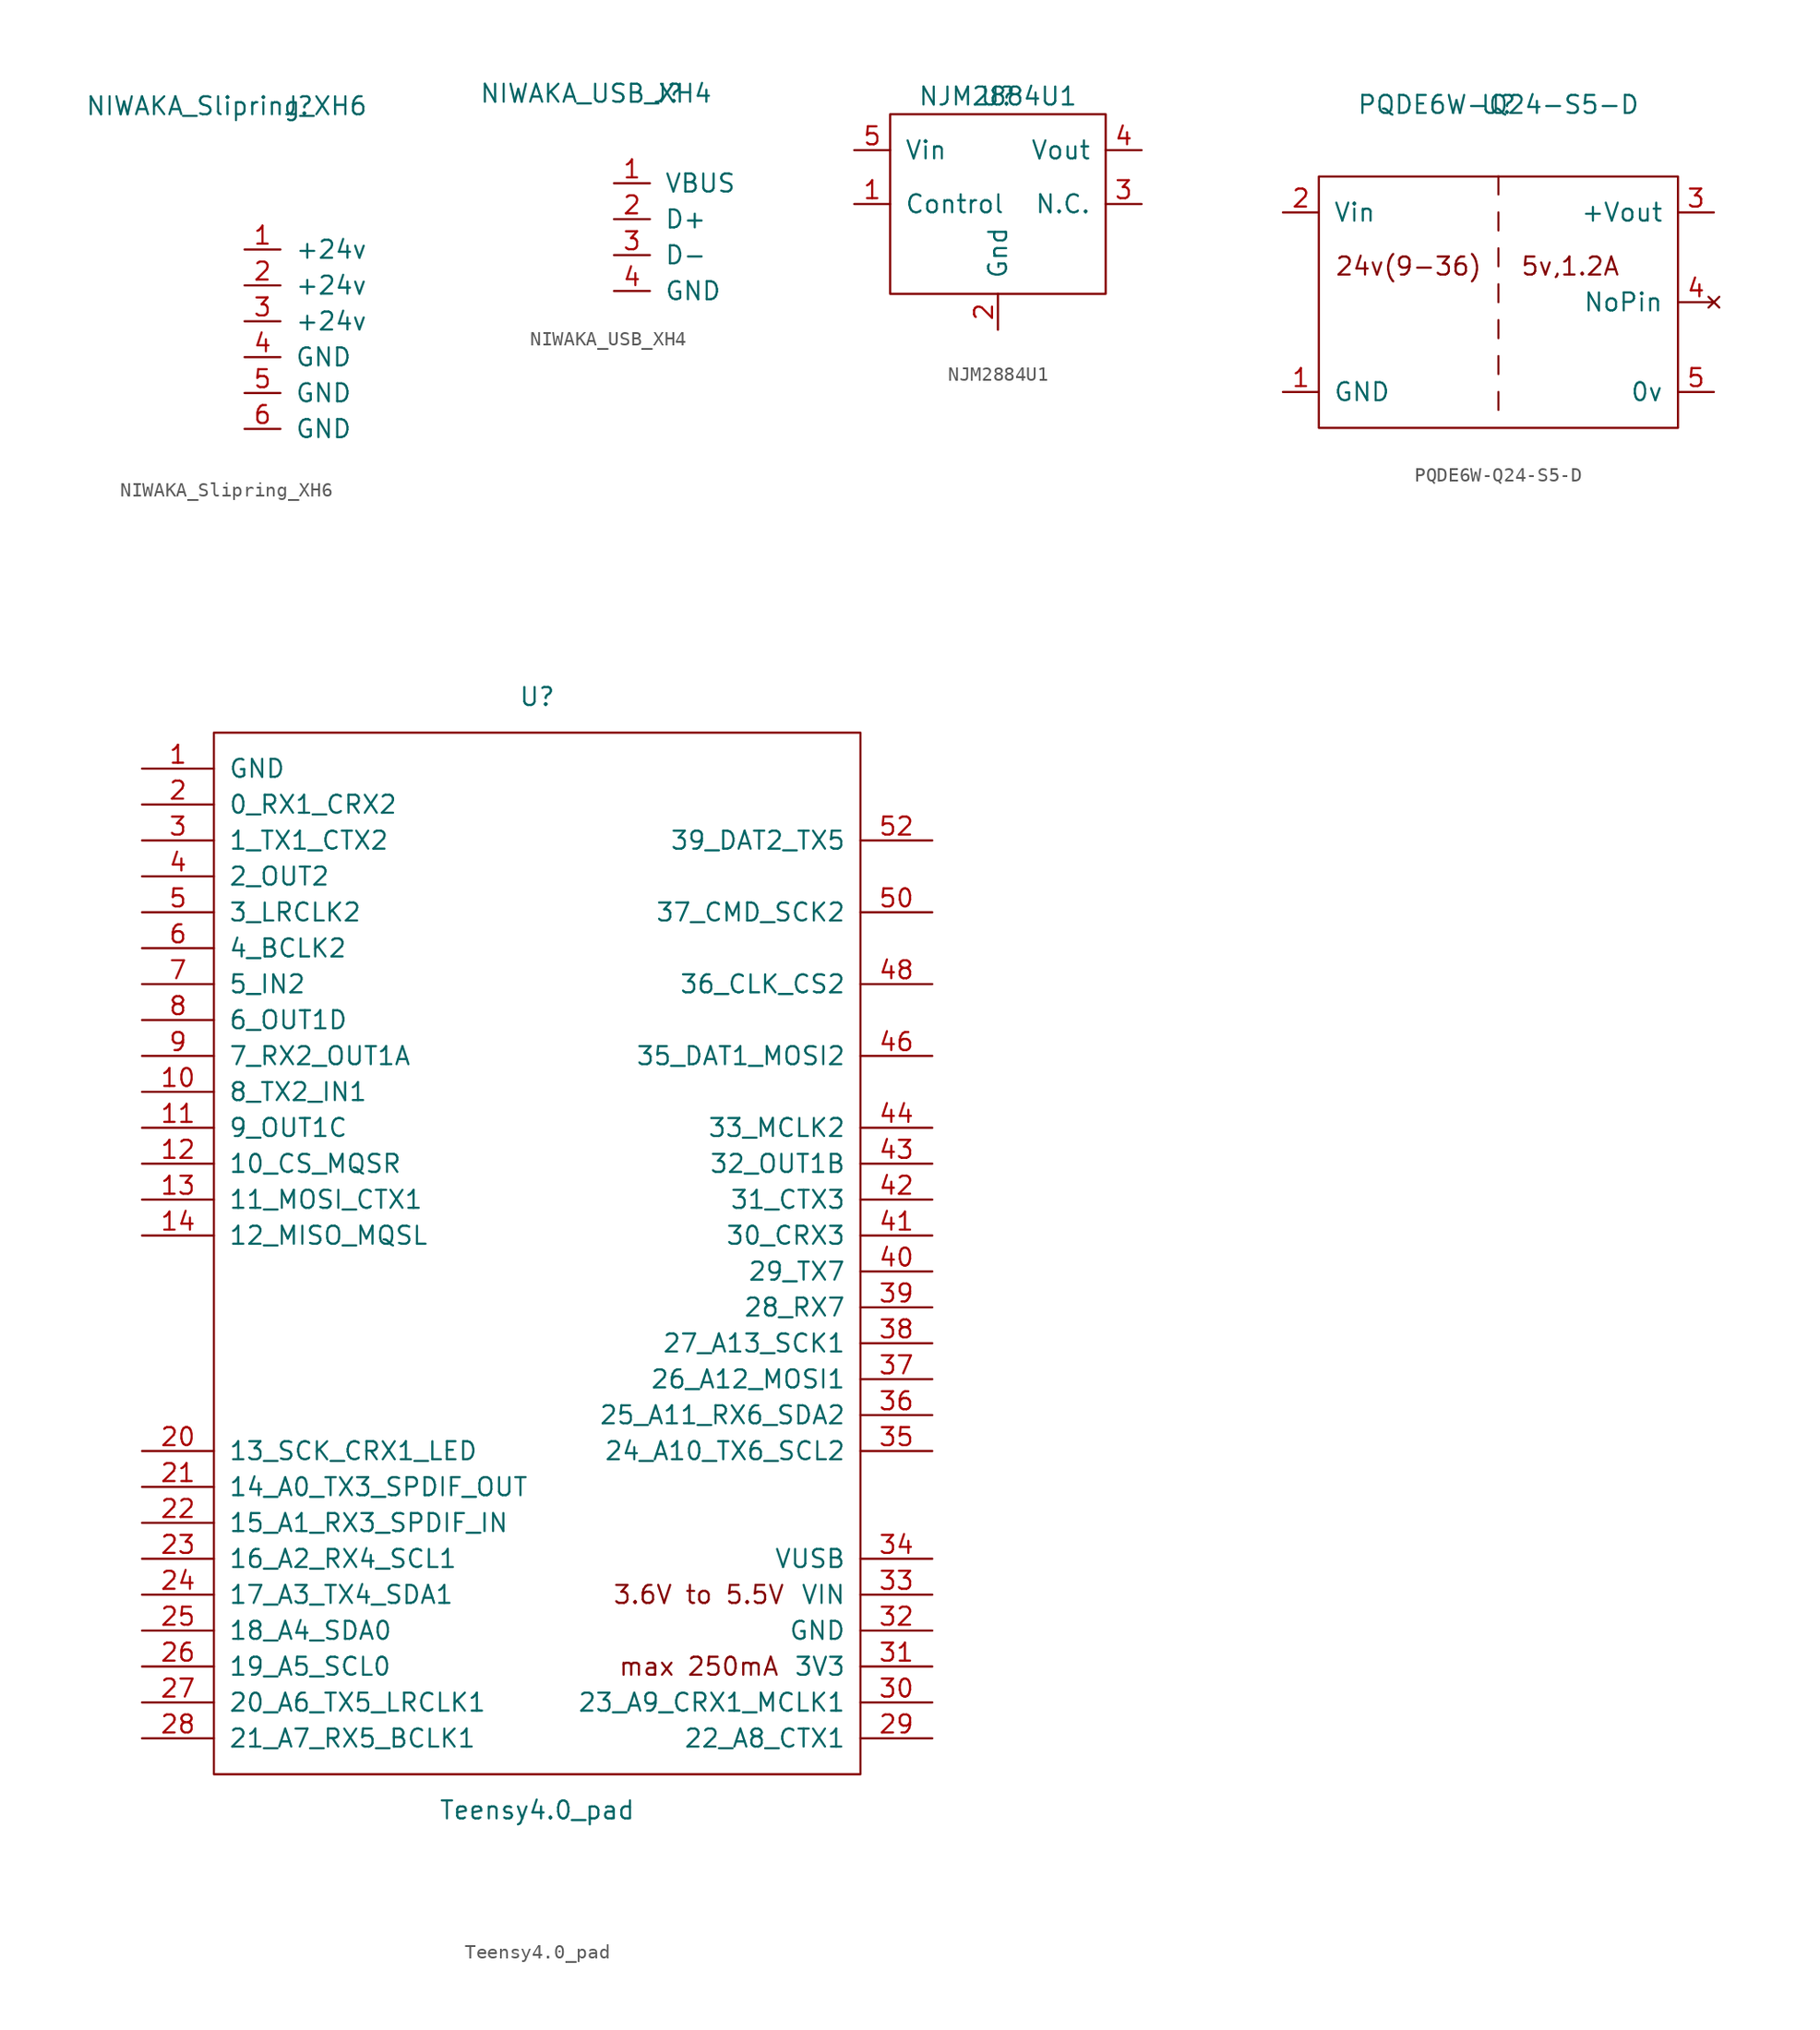
<source format=kicad_sym>
(kicad_symbol_lib
  (version 20220914)
  (generator kicad_symbol_editor)
  (symbol "NIWAKA_Slipring_XH6"
    (pin_names
      (offset 1.016))
    (property "Reference" "J"
      (at 1.27 3.81 0)
      (effects (font (size 1.27 1.27))))
    (property "Value" "NIWAKA_Slipring_XH6"
      (at -3.81 3.81 0)
      (effects (font (size 1.27 1.27))))
    (symbol "NIWAKA_Slipring_XH6_1_1"
      (pin input line (at -2.54 -6.35 0) (length 2.54) (name "+24v" (effects (font (size 1.27 1.27)))) (number "1" (effects (font (size 1.27 1.27)))))
      (pin input line (at -2.54 -8.89 0) (length 2.54) (name "+24v" (effects (font (size 1.27 1.27)))) (number "2" (effects (font (size 1.27 1.27)))))
      (pin input line (at -2.54 -11.43 0) (length 2.54) (name "+24v" (effects (font (size 1.27 1.27)))) (number "3" (effects (font (size 1.27 1.27)))))
      (pin input line (at -2.54 -13.97 0) (length 2.54) (name "GND" (effects (font (size 1.27 1.27)))) (number "4" (effects (font (size 1.27 1.27)))))
      (pin input line (at -2.54 -16.51 0) (length 2.54) (name "GND" (effects (font (size 1.27 1.27)))) (number "5" (effects (font (size 1.27 1.27)))))
      (pin input line (at -2.54 -19.05 0) (length 2.54) (name "GND" (effects (font (size 1.27 1.27)))) (number "6" (effects (font (size 1.27 1.27)))))))
  (symbol "NIWAKA_USB_XH4"
    (pin_names
      (offset 1.016))
    (property "Reference" "J"
      (at 1.27 3.81 0)
      (effects (font (size 1.27 1.27))))
    (property "Value" "NIWAKA_USB_XH4"
      (at -3.81 3.81 0)
      (effects (font (size 1.27 1.27))))
    (symbol "NIWAKA_USB_XH4_1_1"
      (pin input line (at -2.54 -2.54 0) (length 2.54) (name "VBUS" (effects (font (size 1.27 1.27)))) (number "1" (effects (font (size 1.27 1.27)))))
      (pin input line (at -2.54 -5.08 0) (length 2.54) (name "D+" (effects (font (size 1.27 1.27)))) (number "2" (effects (font (size 1.27 1.27)))))
      (pin input line (at -2.54 -7.62 0) (length 2.54) (name "D-" (effects (font (size 1.27 1.27)))) (number "3" (effects (font (size 1.27 1.27)))))
      (pin input line (at -2.54 -10.16 0) (length 2.54) (name "GND" (effects (font (size 1.27 1.27)))) (number "4" (effects (font (size 1.27 1.27)))))))
  (symbol "NJM2884U1"
    (pin_names
      (offset 1.016))
    (property "Reference" "U"
      (at 0 0 0)
      (effects (font (size 1.27 1.27))))
    (property "Value" "NJM2884U1"
      (at 0 0 0)
      (effects (font (size 1.27 1.27))))
    (symbol "NJM2884U1_0_1"
      (rectangle (start -7.62 -1.27) (end 7.62 -13.97) (stroke (width 0) (type solid)) (fill (type none))))
    (symbol "NJM2884U1_1_1"
      (pin input line (at -10.16 -7.62 0) (length 2.54) (name "Control" (effects (font (size 1.27 1.27)))) (number "1" (effects (font (size 1.27 1.27)))))
      (pin input line (at 0 -16.51 90) (length 2.54) (name "Gnd" (effects (font (size 1.27 1.27)))) (number "2" (effects (font (size 1.27 1.27)))))
      (pin input line (at 10.16 -7.62 180) (length 2.54) (name "N.C." (effects (font (size 1.27 1.27)))) (number "3" (effects (font (size 1.27 1.27)))))
      (pin input line (at 10.16 -3.81 180) (length 2.54) (name "Vout" (effects (font (size 1.27 1.27)))) (number "4" (effects (font (size 1.27 1.27)))))
      (pin input line (at -10.16 -3.81 0) (length 2.54) (name "Vin" (effects (font (size 1.27 1.27)))) (number "5" (effects (font (size 1.27 1.27)))))))
  (symbol "PQDE6W-Q24-S5-D"
    (pin_names
      (offset 1.016))
    (property "Reference" "U"
      (at 0 0 0)
      (effects (font (size 1.27 1.27))))
    (property "Value" "PQDE6W-Q24-S5-D"
      (at 0 0 0)
      (effects (font (size 1.27 1.27))))
    (symbol "PQDE6W-Q24-S5-D_0_0"
      (rectangle (start 0 -20.32) (end 0 -21.59) (stroke (width 0) (type solid)) (fill (type none)))
      (rectangle (start 0 -17.78) (end 0 -19.05) (stroke (width 0) (type solid)) (fill (type none)))
      (rectangle (start 0 -15.24) (end 0 -16.51) (stroke (width 0) (type solid)) (fill (type none)))
      (rectangle (start 0 -12.7) (end 0 -13.97) (stroke (width 0) (type solid)) (fill (type none)))
      (rectangle (start 0 -10.16) (end 0 -11.43) (stroke (width 0) (type solid)) (fill (type none)))
      (rectangle (start 0 -7.62) (end 0 -8.89) (stroke (width 0) (type solid)) (fill (type none)))
      (rectangle (start 0 -5.08) (end 0 -6.35) (stroke (width 0) (type solid)) (fill (type none)))
      (text "24v(9-36)" (at -6.35 -11.43 0) (effects (font (size 1.27 1.27))))
      (text "5v,1.2A" (at 5.08 -11.43 0) (effects (font (size 1.27 1.27)))))
    (symbol "PQDE6W-Q24-S5-D_0_1"
      (rectangle (start -12.7 -5.08) (end 12.7 -22.86) (stroke (width 0) (type solid)) (fill (type none))))
    (symbol "PQDE6W-Q24-S5-D_1_1"
      (pin input line (at -15.24 -20.32 0) (length 2.54) (name "GND" (effects (font (size 1.27 1.27)))) (number "1" (effects (font (size 1.27 1.27)))))
      (pin input line (at -15.24 -7.62 0) (length 2.54) (name "Vin" (effects (font (size 1.27 1.27)))) (number "2" (effects (font (size 1.27 1.27)))))
      (pin input line (at 15.24 -7.62 180) (length 2.54) (name "+Vout" (effects (font (size 1.27 1.27)))) (number "3" (effects (font (size 1.27 1.27)))))
      (pin no_connect line (at 15.24 -13.97 180) (length 2.54) (name "NoPin" (effects (font (size 1.27 1.27)))) (number "4" (effects (font (size 1.27 1.27)))))
      (pin input line (at 15.24 -20.32 180) (length 2.54) (name "0v" (effects (font (size 1.27 1.27)))) (number "5" (effects (font (size 1.27 1.27)))))))
  (symbol "Teensy4.0_pad"
    (pin_names
      (offset 1.016))
    (property "Reference" "U"
      (at 0 39.37 0)
      (effects (font (size 1.27 1.27))))
    (property "Value" "Teensy4.0_pad"
      (at 0 -39.37 0)
      (effects (font (size 1.27 1.27))))
    (symbol "Teensy4.0_pad_0_0"
      (text "3.6V to 5.5V" (at 11.43 -24.13 0) (effects (font (size 1.27 1.27))))
      (text "max 250mA" (at 11.43 -29.21 0) (effects (font (size 1.27 1.27))))
      (pin bidirectional line (at -27.94 11.43 0) (length 5.08) (name "8_TX2_IN1" (effects (font (size 1.27 1.27)))) (number "10" (effects (font (size 1.27 1.27)))))
      (pin bidirectional line (at -27.94 8.89 0) (length 5.08) (name "9_OUT1C" (effects (font (size 1.27 1.27)))) (number "11" (effects (font (size 1.27 1.27)))))
      (pin bidirectional line (at -27.94 6.35 0) (length 5.08) (name "10_CS_MQSR" (effects (font (size 1.27 1.27)))) (number "12" (effects (font (size 1.27 1.27)))))
      (pin bidirectional line (at -27.94 3.81 0) (length 5.08) (name "11_MOSI_CTX1" (effects (font (size 1.27 1.27)))) (number "13" (effects (font (size 1.27 1.27)))))
      (pin bidirectional line (at -27.94 1.27 0) (length 5.08) (name "12_MISO_MQSL" (effects (font (size 1.27 1.27)))) (number "14" (effects (font (size 1.27 1.27)))))
      (pin bidirectional line (at -27.94 -13.97 0) (length 5.08) (name "13_SCK_CRX1_LED" (effects (font (size 1.27 1.27)))) (number "20" (effects (font (size 1.27 1.27)))))
      (pin bidirectional line (at -27.94 -16.51 0) (length 5.08) (name "14_A0_TX3_SPDIF_OUT" (effects (font (size 1.27 1.27)))) (number "21" (effects (font (size 1.27 1.27)))))
      (pin bidirectional line (at -27.94 -19.05 0) (length 5.08) (name "15_A1_RX3_SPDIF_IN" (effects (font (size 1.27 1.27)))) (number "22" (effects (font (size 1.27 1.27)))))
      (pin bidirectional line (at -27.94 -21.59 0) (length 5.08) (name "16_A2_RX4_SCL1" (effects (font (size 1.27 1.27)))) (number "23" (effects (font (size 1.27 1.27)))))
      (pin bidirectional line (at -27.94 -24.13 0) (length 5.08) (name "17_A3_TX4_SDA1" (effects (font (size 1.27 1.27)))) (number "24" (effects (font (size 1.27 1.27)))))
      (pin bidirectional line (at -27.94 -26.67 0) (length 5.08) (name "18_A4_SDA0" (effects (font (size 1.27 1.27)))) (number "25" (effects (font (size 1.27 1.27)))))
      (pin bidirectional line (at -27.94 -29.21 0) (length 5.08) (name "19_A5_SCL0" (effects (font (size 1.27 1.27)))) (number "26" (effects (font (size 1.27 1.27)))))
      (pin bidirectional line (at -27.94 -31.75 0) (length 5.08) (name "20_A6_TX5_LRCLK1" (effects (font (size 1.27 1.27)))) (number "27" (effects (font (size 1.27 1.27)))))
      (pin bidirectional line (at -27.94 -34.29 0) (length 5.08) (name "21_A7_RX5_BCLK1" (effects (font (size 1.27 1.27)))) (number "28" (effects (font (size 1.27 1.27)))))
      (pin bidirectional line (at 27.94 -34.29 180) (length 5.08) (name "22_A8_CTX1" (effects (font (size 1.27 1.27)))) (number "29" (effects (font (size 1.27 1.27)))))
      (pin bidirectional line (at 27.94 -31.75 180) (length 5.08) (name "23_A9_CRX1_MCLK1" (effects (font (size 1.27 1.27)))) (number "30" (effects (font (size 1.27 1.27)))))
      (pin power_out line (at 27.94 -29.21 180) (length 5.08) (name "3V3" (effects (font (size 1.27 1.27)))) (number "31" (effects (font (size 1.27 1.27)))))
      (pin power_in line (at 27.94 -26.67 180) (length 5.08) (name "GND" (effects (font (size 1.27 1.27)))) (number "32" (effects (font (size 1.27 1.27)))))
      (pin power_in line (at 27.94 -24.13 180) (length 5.08) (name "VIN" (effects (font (size 1.27 1.27)))) (number "33" (effects (font (size 1.27 1.27)))))
      (pin power_out line (at 27.94 -21.59 180) (length 5.08) (name "VUSB" (effects (font (size 1.27 1.27)))) (number "34" (effects (font (size 1.27 1.27)))))
      (pin bidirectional line (at 27.94 -13.97 180) (length 5.08) (name "24_A10_TX6_SCL2" (effects (font (size 1.27 1.27)))) (number "35" (effects (font (size 1.27 1.27)))))
      (pin bidirectional line (at 27.94 -11.43 180) (length 5.08) (name "25_A11_RX6_SDA2" (effects (font (size 1.27 1.27)))) (number "36" (effects (font (size 1.27 1.27)))))
      (pin bidirectional line (at 27.94 -8.89 180) (length 5.08) (name "26_A12_MOSI1" (effects (font (size 1.27 1.27)))) (number "37" (effects (font (size 1.27 1.27)))))
      (pin bidirectional line (at 27.94 -6.35 180) (length 5.08) (name "27_A13_SCK1" (effects (font (size 1.27 1.27)))) (number "38" (effects (font (size 1.27 1.27)))))
      (pin bidirectional line (at 27.94 -3.81 180) (length 5.08) (name "28_RX7" (effects (font (size 1.27 1.27)))) (number "39" (effects (font (size 1.27 1.27)))))
      (pin bidirectional line (at 27.94 -1.27 180) (length 5.08) (name "29_TX7" (effects (font (size 1.27 1.27)))) (number "40" (effects (font (size 1.27 1.27)))))
      (pin bidirectional line (at 27.94 1.27 180) (length 5.08) (name "30_CRX3" (effects (font (size 1.27 1.27)))) (number "41" (effects (font (size 1.27 1.27)))))
      (pin bidirectional line (at 27.94 3.81 180) (length 5.08) (name "31_CTX3" (effects (font (size 1.27 1.27)))) (number "42" (effects (font (size 1.27 1.27)))))
      (pin bidirectional line (at 27.94 6.35 180) (length 5.08) (name "32_OUT1B" (effects (font (size 1.27 1.27)))) (number "43" (effects (font (size 1.27 1.27)))))
      (pin bidirectional line (at 27.94 8.89 180) (length 5.08) (name "33_MCLK2" (effects (font (size 1.27 1.27)))) (number "44" (effects (font (size 1.27 1.27)))))
      (pin bidirectional line (at 27.94 13.97 180) (length 5.08) (name "35_DAT1_MOSI2" (effects (font (size 1.27 1.27)))) (number "46" (effects (font (size 1.27 1.27)))))
      (pin bidirectional line (at 27.94 19.05 180) (length 5.08) (name "36_CLK_CS2" (effects (font (size 1.27 1.27)))) (number "48" (effects (font (size 1.27 1.27)))))
      (pin bidirectional line (at -27.94 24.13 0) (length 5.08) (name "3_LRCLK2" (effects (font (size 1.27 1.27)))) (number "5" (effects (font (size 1.27 1.27)))))
      (pin bidirectional line (at 27.94 24.13 180) (length 5.08) (name "37_CMD_SCK2" (effects (font (size 1.27 1.27)))) (number "50" (effects (font (size 1.27 1.27)))))
      (pin bidirectional line (at 27.94 29.21 180) (length 5.08) (name "39_DAT2_TX5" (effects (font (size 1.27 1.27)))) (number "52" (effects (font (size 1.27 1.27)))))
      (pin bidirectional line (at -27.94 21.59 0) (length 5.08) (name "4_BCLK2" (effects (font (size 1.27 1.27)))) (number "6" (effects (font (size 1.27 1.27)))))
      (pin bidirectional line (at -27.94 19.05 0) (length 5.08) (name "5_IN2" (effects (font (size 1.27 1.27)))) (number "7" (effects (font (size 1.27 1.27)))))
      (pin bidirectional line (at -27.94 16.51 0) (length 5.08) (name "6_OUT1D" (effects (font (size 1.27 1.27)))) (number "8" (effects (font (size 1.27 1.27)))))
      (pin bidirectional line (at -27.94 13.97 0) (length 5.08) (name "7_RX2_OUT1A" (effects (font (size 1.27 1.27)))) (number "9" (effects (font (size 1.27 1.27))))))
    (symbol "Teensy4.0_pad_0_1"
      (rectangle (start -22.86 36.83) (end 22.86 -36.83) (stroke (width 0) (type solid)) (fill (type none)))
      (rectangle (start -20.32 -31.75) (end -20.32 -31.75) (stroke (width 0) (type solid)) (fill (type none))))
    (symbol "Teensy4.0_pad_1_1"
      (pin power_in line (at -27.94 34.29 0) (length 5.08) (name "GND" (effects (font (size 1.27 1.27)))) (number "1" (effects (font (size 1.27 1.27)))))
      (pin bidirectional line (at -27.94 31.75 0) (length 5.08) (name "0_RX1_CRX2" (effects (font (size 1.27 1.27)))) (number "2" (effects (font (size 1.27 1.27)))))
      (pin bidirectional line (at -27.94 29.21 0) (length 5.08) (name "1_TX1_CTX2" (effects (font (size 1.27 1.27)))) (number "3" (effects (font (size 1.27 1.27)))))
      (pin bidirectional line (at -27.94 26.67 0) (length 5.08) (name "2_OUT2" (effects (font (size 1.27 1.27)))) (number "4" (effects (font (size 1.27 1.27))))))))
</source>
